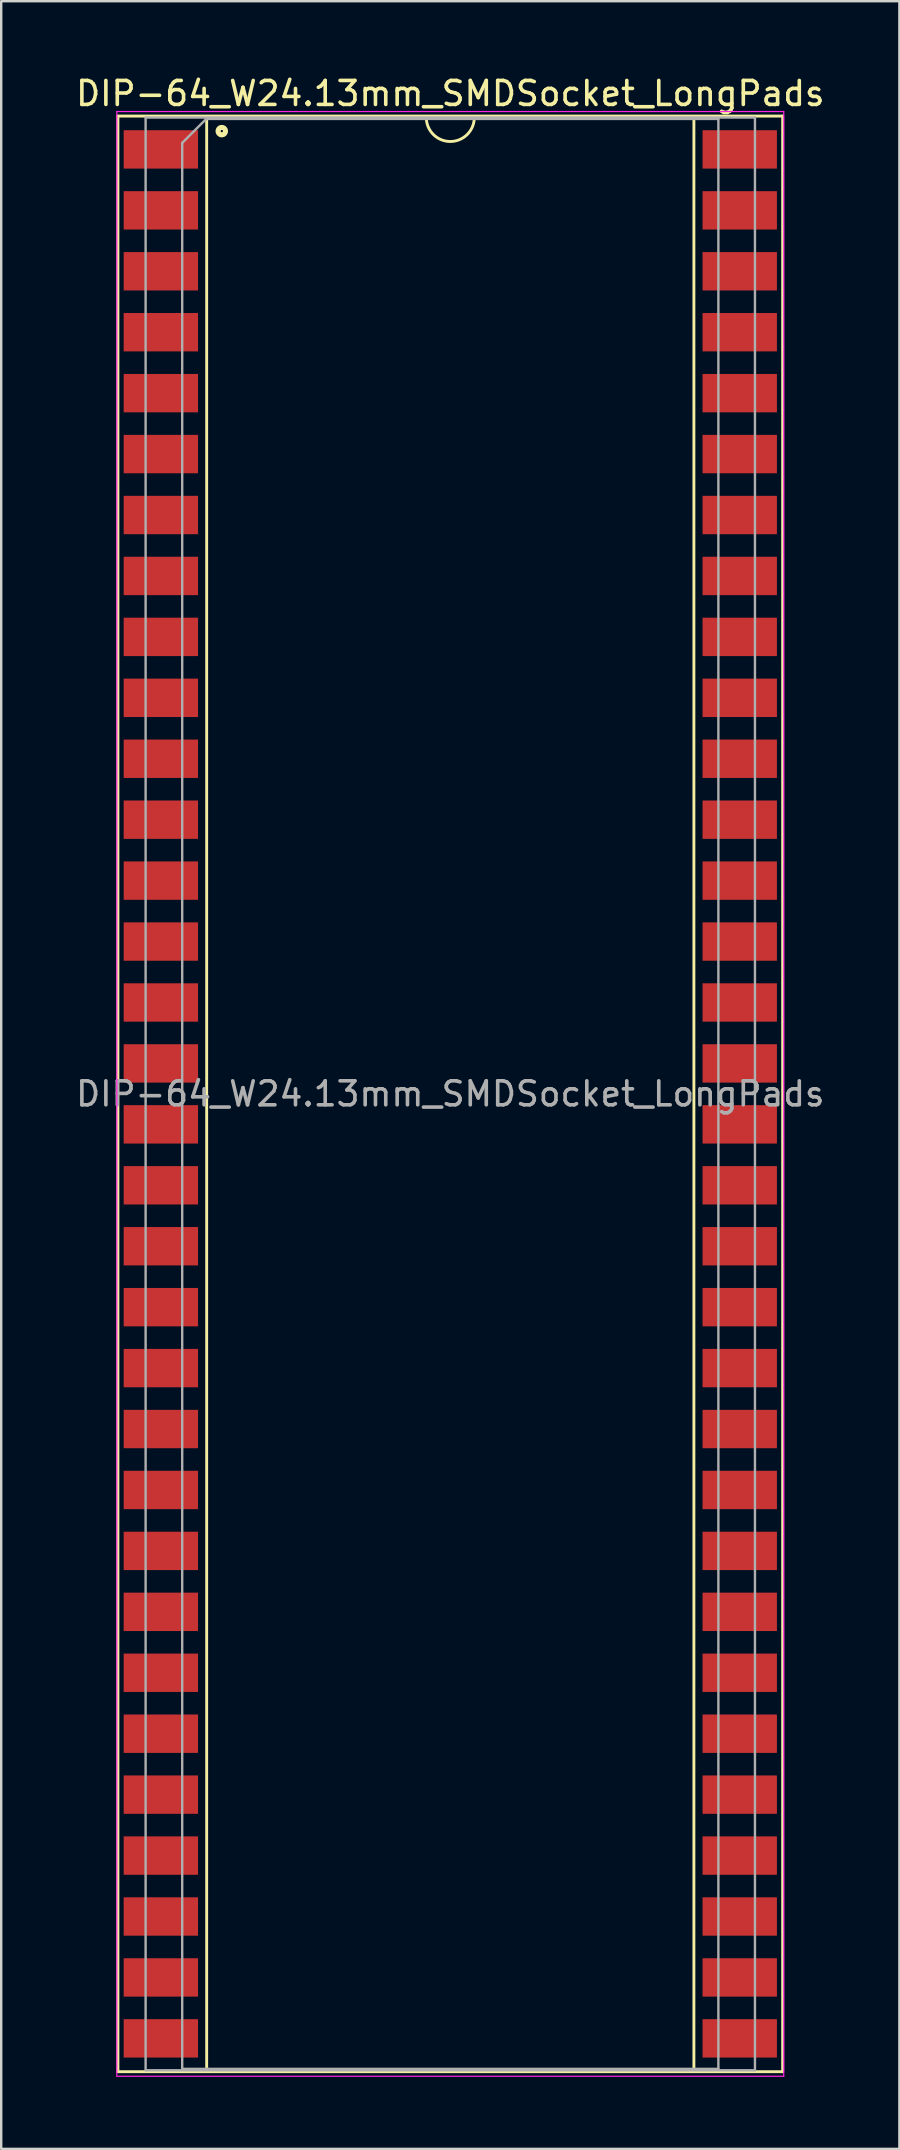
<source format=kicad_pcb>
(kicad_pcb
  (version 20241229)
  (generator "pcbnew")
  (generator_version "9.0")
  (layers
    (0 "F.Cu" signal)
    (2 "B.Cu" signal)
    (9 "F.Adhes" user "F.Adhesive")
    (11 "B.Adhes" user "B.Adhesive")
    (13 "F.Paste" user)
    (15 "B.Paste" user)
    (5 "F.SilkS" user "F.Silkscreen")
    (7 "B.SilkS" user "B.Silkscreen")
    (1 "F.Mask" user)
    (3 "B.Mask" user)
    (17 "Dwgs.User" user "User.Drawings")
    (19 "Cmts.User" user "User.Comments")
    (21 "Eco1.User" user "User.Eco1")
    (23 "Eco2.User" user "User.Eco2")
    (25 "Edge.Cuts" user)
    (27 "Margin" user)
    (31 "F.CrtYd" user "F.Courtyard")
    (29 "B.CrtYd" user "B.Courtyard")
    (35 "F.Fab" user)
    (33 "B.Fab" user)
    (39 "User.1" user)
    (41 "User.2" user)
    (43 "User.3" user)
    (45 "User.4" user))
  (footprint "DIP-64_W24.13mm_SMDSocket_LongPads"
    (layer "F.Cu")
    (at 15.72 42.548)
    (property "Reference" "DIP-64_W24.13mm_SMDSocket_LongPads" (at 0 -41.7 0) (layer "F.SilkS") (effects (font (size 1 1) (thickness 0.15))))
    (attr smd)
    (fp_line (start -13.855 -40.76) (end -13.855 40.76) (stroke (width 0.12) (type solid)) (layer "F.SilkS"))
    (fp_line (start -13.855 40.76) (end 13.855 40.76) (stroke (width 0.12) (type solid)) (layer "F.SilkS"))
    (fp_line (start -10.155 -40.7) (end -10.155 40.7) (stroke (width 0.12) (type solid)) (layer "F.SilkS"))
    (fp_line (start -10.155 40.7) (end 10.155 40.7) (stroke (width 0.12) (type solid)) (layer "F.SilkS"))
    (fp_line (start -1 -40.7) (end -10.155 -40.7) (stroke (width 0.12) (type solid)) (layer "F.SilkS"))
    (fp_line (start 10.155 -40.7) (end 1 -40.7) (stroke (width 0.12) (type solid)) (layer "F.SilkS"))
    (fp_line (start 10.155 40.7) (end 10.155 -40.7) (stroke (width 0.12) (type solid)) (layer "F.SilkS"))
    (fp_line (start 13.855 -40.76) (end -13.855 -40.76) (stroke (width 0.12) (type solid)) (layer "F.SilkS"))
    (fp_line (start 13.855 40.76) (end 13.855 -40.76) (stroke (width 0.12) (type solid)) (layer "F.SilkS"))
    (fp_arc (start 1 -40.7) (mid 0 -39.7) (end -1 -40.7) (stroke (width 0.12) (type solid)) (layer "F.SilkS"))
    (fp_circle (center -9.525 -40.132) (end -9.475 -40.132) (stroke (width 0.12) (type solid)) (fill no) (layer "F.SilkS"))
    (fp_circle (center -9.525 -40.132) (end -9.4 -40.132) (stroke (width 0.12) (type solid)) (fill no) (layer "F.SilkS"))
    (fp_circle (center -9.525 -40.132) (end -9.325 -40.132) (stroke (width 0.12) (type solid)) (fill no) (layer "F.SilkS"))
    (fp_line (start -13.9 -40.95) (end -13.9 40.95) (stroke (width 0.05) (type solid)) (layer "F.CrtYd"))
    (fp_line (start -13.9 40.95) (end 13.9 40.95) (stroke (width 0.05) (type solid)) (layer "F.CrtYd"))
    (fp_line (start 13.9 -40.95) (end -13.9 -40.95) (stroke (width 0.05) (type solid)) (layer "F.CrtYd"))
    (fp_line (start 13.9 40.95) (end 13.9 -40.95) (stroke (width 0.05) (type solid)) (layer "F.CrtYd"))
    (fp_line (start -12.7 -40.7) (end -12.7 40.7) (stroke (width 0.1) (type solid)) (layer "F.Fab"))
    (fp_line (start -12.7 40.7) (end 12.7 40.7) (stroke (width 0.1) (type solid)) (layer "F.Fab"))
    (fp_line (start -11.175 -39.64) (end -10.175 -40.64) (stroke (width 0.1) (type solid)) (layer "F.Fab"))
    (fp_line (start -11.175 40.64) (end -11.175 -39.64) (stroke (width 0.1) (type solid)) (layer "F.Fab"))
    (fp_line (start -10.175 -40.64) (end 11.175 -40.64) (stroke (width 0.1) (type solid)) (layer "F.Fab"))
    (fp_line (start 11.175 -40.64) (end 11.175 40.64) (stroke (width 0.1) (type solid)) (layer "F.Fab"))
    (fp_line (start 11.175 40.64) (end -11.175 40.64) (stroke (width 0.1) (type solid)) (layer "F.Fab"))
    (fp_line (start 12.7 -40.7) (end -12.7 -40.7) (stroke (width 0.1) (type solid)) (layer "F.Fab"))
    (fp_line (start 12.7 40.7) (end 12.7 -40.7) (stroke (width 0.1) (type solid)) (layer "F.Fab"))
    (fp_text user "${REFERENCE}" (at 0 0 0) (layer "F.Fab") (effects (font (size 1 1) (thickness 0.15))))
    (pad "1" smd rect (at -12.065 -39.37) (size 3.1 1.6) (layers "F.Cu" "F.Mask" "F.Paste"))
    (pad "2" smd rect (at -12.065 -36.83) (size 3.1 1.6) (layers "F.Cu" "F.Mask" "F.Paste"))
    (pad "3" smd rect (at -12.065 -34.29) (size 3.1 1.6) (layers "F.Cu" "F.Mask" "F.Paste"))
    (pad "4" smd rect (at -12.065 -31.75) (size 3.1 1.6) (layers "F.Cu" "F.Mask" "F.Paste"))
    (pad "5" smd rect (at -12.065 -29.21) (size 3.1 1.6) (layers "F.Cu" "F.Mask" "F.Paste"))
    (pad "6" smd rect (at -12.065 -26.67) (size 3.1 1.6) (layers "F.Cu" "F.Mask" "F.Paste"))
    (pad "7" smd rect (at -12.065 -24.13) (size 3.1 1.6) (layers "F.Cu" "F.Mask" "F.Paste"))
    (pad "8" smd rect (at -12.065 -21.59) (size 3.1 1.6) (layers "F.Cu" "F.Mask" "F.Paste"))
    (pad "9" smd rect (at -12.065 -19.05) (size 3.1 1.6) (layers "F.Cu" "F.Mask" "F.Paste"))
    (pad "10" smd rect (at -12.065 -16.51) (size 3.1 1.6) (layers "F.Cu" "F.Mask" "F.Paste"))
    (pad "11" smd rect (at -12.065 -13.97) (size 3.1 1.6) (layers "F.Cu" "F.Mask" "F.Paste"))
    (pad "12" smd rect (at -12.065 -11.43) (size 3.1 1.6) (layers "F.Cu" "F.Mask" "F.Paste"))
    (pad "13" smd rect (at -12.065 -8.89) (size 3.1 1.6) (layers "F.Cu" "F.Mask" "F.Paste"))
    (pad "14" smd rect (at -12.065 -6.35) (size 3.1 1.6) (layers "F.Cu" "F.Mask" "F.Paste"))
    (pad "15" smd rect (at -12.065 -3.81) (size 3.1 1.6) (layers "F.Cu" "F.Mask" "F.Paste"))
    (pad "16" smd rect (at -12.065 -1.27) (size 3.1 1.6) (layers "F.Cu" "F.Mask" "F.Paste"))
    (pad "17" smd rect (at -12.065 1.27) (size 3.1 1.6) (layers "F.Cu" "F.Mask" "F.Paste"))
    (pad "18" smd rect (at -12.065 3.81) (size 3.1 1.6) (layers "F.Cu" "F.Mask" "F.Paste"))
    (pad "19" smd rect (at -12.065 6.35) (size 3.1 1.6) (layers "F.Cu" "F.Mask" "F.Paste"))
    (pad "20" smd rect (at -12.065 8.89) (size 3.1 1.6) (layers "F.Cu" "F.Mask" "F.Paste"))
    (pad "21" smd rect (at -12.065 11.43) (size 3.1 1.6) (layers "F.Cu" "F.Mask" "F.Paste"))
    (pad "22" smd rect (at -12.065 13.97) (size 3.1 1.6) (layers "F.Cu" "F.Mask" "F.Paste"))
    (pad "23" smd rect (at -12.065 16.51) (size 3.1 1.6) (layers "F.Cu" "F.Mask" "F.Paste"))
    (pad "24" smd rect (at -12.065 19.05) (size 3.1 1.6) (layers "F.Cu" "F.Mask" "F.Paste"))
    (pad "25" smd rect (at -12.065 21.59) (size 3.1 1.6) (layers "F.Cu" "F.Mask" "F.Paste"))
    (pad "26" smd rect (at -12.065 24.13) (size 3.1 1.6) (layers "F.Cu" "F.Mask" "F.Paste"))
    (pad "27" smd rect (at -12.065 26.67) (size 3.1 1.6) (layers "F.Cu" "F.Mask" "F.Paste"))
    (pad "28" smd rect (at -12.065 29.21) (size 3.1 1.6) (layers "F.Cu" "F.Mask" "F.Paste"))
    (pad "29" smd rect (at -12.065 31.75) (size 3.1 1.6) (layers "F.Cu" "F.Mask" "F.Paste"))
    (pad "30" smd rect (at -12.065 34.29) (size 3.1 1.6) (layers "F.Cu" "F.Mask" "F.Paste"))
    (pad "31" smd rect (at -12.065 36.83) (size 3.1 1.6) (layers "F.Cu" "F.Mask" "F.Paste"))
    (pad "32" smd rect (at -12.065 39.37) (size 3.1 1.6) (layers "F.Cu" "F.Mask" "F.Paste"))
    (pad "33" smd rect (at 12.065 39.37) (size 3.1 1.6) (layers "F.Cu" "F.Mask" "F.Paste"))
    (pad "34" smd rect (at 12.065 36.83) (size 3.1 1.6) (layers "F.Cu" "F.Mask" "F.Paste"))
    (pad "35" smd rect (at 12.065 34.29) (size 3.1 1.6) (layers "F.Cu" "F.Mask" "F.Paste"))
    (pad "36" smd rect (at 12.065 31.75) (size 3.1 1.6) (layers "F.Cu" "F.Mask" "F.Paste"))
    (pad "37" smd rect (at 12.065 29.21) (size 3.1 1.6) (layers "F.Cu" "F.Mask" "F.Paste"))
    (pad "38" smd rect (at 12.065 26.67) (size 3.1 1.6) (layers "F.Cu" "F.Mask" "F.Paste"))
    (pad "39" smd rect (at 12.065 24.13) (size 3.1 1.6) (layers "F.Cu" "F.Mask" "F.Paste"))
    (pad "40" smd rect (at 12.065 21.59) (size 3.1 1.6) (layers "F.Cu" "F.Mask" "F.Paste"))
    (pad "41" smd rect (at 12.065 19.05) (size 3.1 1.6) (layers "F.Cu" "F.Mask" "F.Paste"))
    (pad "42" smd rect (at 12.065 16.51) (size 3.1 1.6) (layers "F.Cu" "F.Mask" "F.Paste"))
    (pad "43" smd rect (at 12.065 13.97) (size 3.1 1.6) (layers "F.Cu" "F.Mask" "F.Paste"))
    (pad "44" smd rect (at 12.065 11.43) (size 3.1 1.6) (layers "F.Cu" "F.Mask" "F.Paste"))
    (pad "45" smd rect (at 12.065 8.89) (size 3.1 1.6) (layers "F.Cu" "F.Mask" "F.Paste"))
    (pad "46" smd rect (at 12.065 6.35) (size 3.1 1.6) (layers "F.Cu" "F.Mask" "F.Paste"))
    (pad "47" smd rect (at 12.065 3.81) (size 3.1 1.6) (layers "F.Cu" "F.Mask" "F.Paste"))
    (pad "48" smd rect (at 12.065 1.27) (size 3.1 1.6) (layers "F.Cu" "F.Mask" "F.Paste"))
    (pad "49" smd rect (at 12.065 -1.27) (size 3.1 1.6) (layers "F.Cu" "F.Mask" "F.Paste"))
    (pad "50" smd rect (at 12.065 -3.81) (size 3.1 1.6) (layers "F.Cu" "F.Mask" "F.Paste"))
    (pad "51" smd rect (at 12.065 -6.35) (size 3.1 1.6) (layers "F.Cu" "F.Mask" "F.Paste"))
    (pad "52" smd rect (at 12.065 -8.89) (size 3.1 1.6) (layers "F.Cu" "F.Mask" "F.Paste"))
    (pad "53" smd rect (at 12.065 -11.43) (size 3.1 1.6) (layers "F.Cu" "F.Mask" "F.Paste"))
    (pad "54" smd rect (at 12.065 -13.97) (size 3.1 1.6) (layers "F.Cu" "F.Mask" "F.Paste"))
    (pad "55" smd rect (at 12.065 -16.51) (size 3.1 1.6) (layers "F.Cu" "F.Mask" "F.Paste"))
    (pad "56" smd rect (at 12.065 -19.05) (size 3.1 1.6) (layers "F.Cu" "F.Mask" "F.Paste"))
    (pad "57" smd rect (at 12.065 -21.59) (size 3.1 1.6) (layers "F.Cu" "F.Mask" "F.Paste"))
    (pad "58" smd rect (at 12.065 -24.13) (size 3.1 1.6) (layers "F.Cu" "F.Mask" "F.Paste"))
    (pad "59" smd rect (at 12.065 -26.67) (size 3.1 1.6) (layers "F.Cu" "F.Mask" "F.Paste"))
    (pad "60" smd rect (at 12.065 -29.21) (size 3.1 1.6) (layers "F.Cu" "F.Mask" "F.Paste"))
    (pad "61" smd rect (at 12.065 -31.75) (size 3.1 1.6) (layers "F.Cu" "F.Mask" "F.Paste"))
    (pad "62" smd rect (at 12.065 -34.29) (size 3.1 1.6) (layers "F.Cu" "F.Mask" "F.Paste"))
    (pad "63" smd rect (at 12.065 -36.83) (size 3.1 1.6) (layers "F.Cu" "F.Mask" "F.Paste"))
    (pad "64" smd rect (at 12.065 -39.37) (size 3.1 1.6) (layers "F.Cu" "F.Mask" "F.Paste")))
  (gr_rect
    (start -3 -3)
    (end 34.44 86.523)
    (stroke (width 0.1) (type default))
    (fill no)
    (layer "Edge.Cuts")))
</source>
